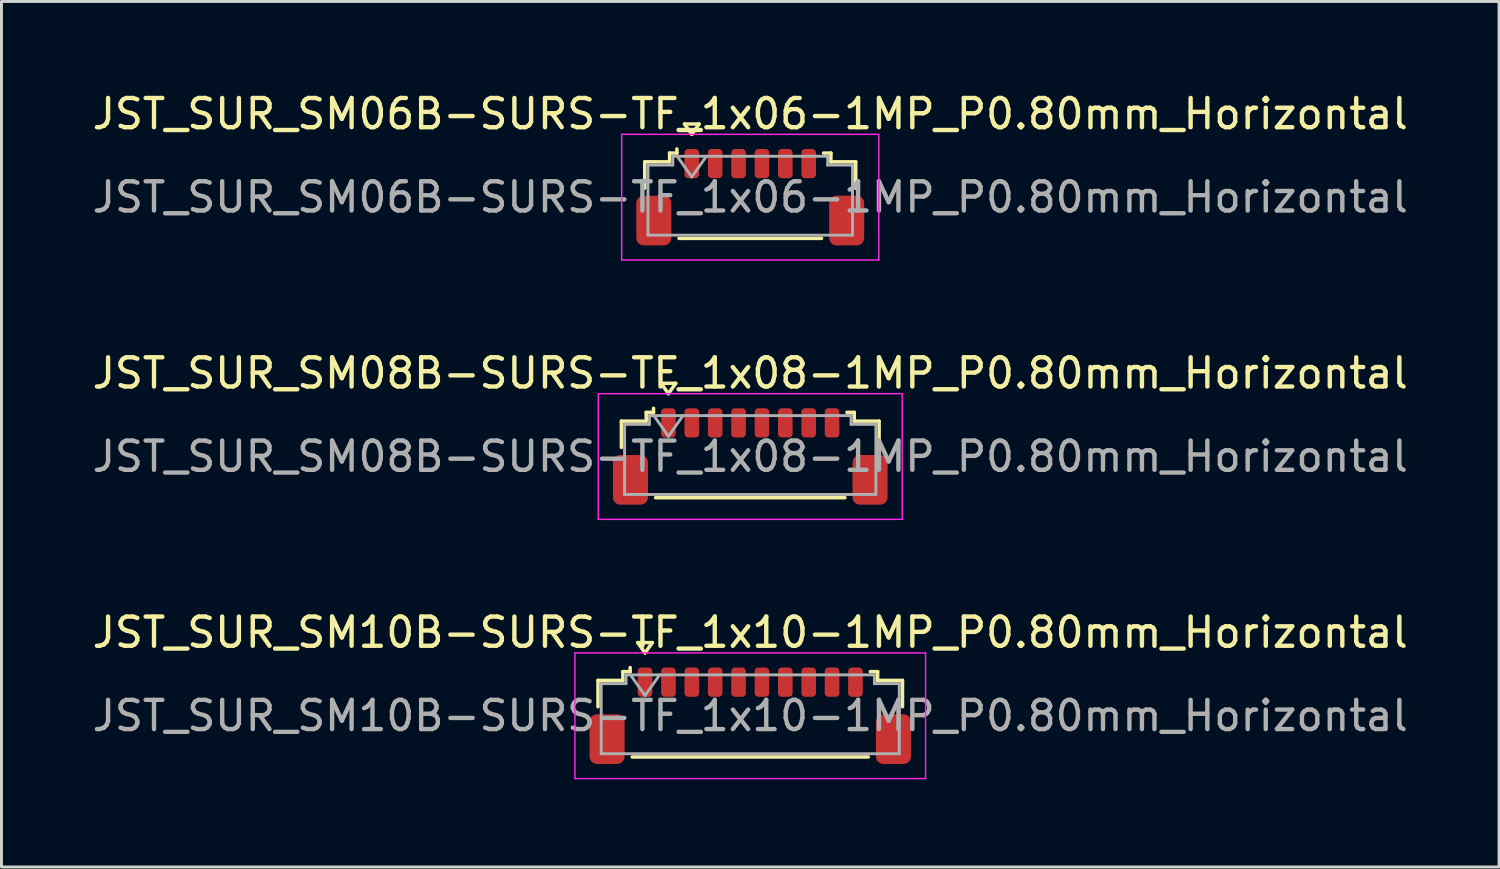
<source format=kicad_pcb>
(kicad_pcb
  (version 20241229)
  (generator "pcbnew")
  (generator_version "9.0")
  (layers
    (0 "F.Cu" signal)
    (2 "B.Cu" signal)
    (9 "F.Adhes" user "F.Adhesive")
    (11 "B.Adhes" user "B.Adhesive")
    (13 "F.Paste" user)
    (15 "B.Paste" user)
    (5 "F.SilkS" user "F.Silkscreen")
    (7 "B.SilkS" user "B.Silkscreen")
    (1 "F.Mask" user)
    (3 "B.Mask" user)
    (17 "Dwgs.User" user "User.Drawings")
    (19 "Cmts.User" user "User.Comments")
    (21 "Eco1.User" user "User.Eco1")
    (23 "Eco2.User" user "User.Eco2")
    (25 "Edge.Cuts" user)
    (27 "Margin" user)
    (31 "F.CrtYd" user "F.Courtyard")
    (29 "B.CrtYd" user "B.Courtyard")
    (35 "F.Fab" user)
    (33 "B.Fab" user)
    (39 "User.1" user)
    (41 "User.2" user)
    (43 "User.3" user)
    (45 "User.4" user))
  (footprint "JST_SUR_SM10B-SURS-TF_1x10-1MP_P0.80mm_Horizontal"
    (layer "F.Cu")
    (at 22.625 21.445)
    (property "Reference" "JST_SUR_SM10B-SURS-TF_1x10-1MP_P0.80mm_Horizontal" (at 0 -2.85 0) (layer "F.SilkS") (effects (font (size 1 1) (thickness 0.15))))
    (attr smd)
    (fp_line (start -5.21 -1.21) (end -4.36 -1.21) (stroke (width 0.12) (type solid)) (layer "F.SilkS"))
    (fp_line (start -5.21 -0.31) (end -5.21 -1.21) (stroke (width 0.12) (type solid)) (layer "F.SilkS"))
    (fp_line (start -4.36 -1.51) (end -4.11 -1.51) (stroke (width 0.12) (type solid)) (layer "F.SilkS"))
    (fp_line (start -4.36 -1.21) (end -4.36 -1.51) (stroke (width 0.12) (type solid)) (layer "F.SilkS"))
    (fp_line (start -4.11 -1.51) (end -4.11 -1.65) (stroke (width 0.12) (type solid)) (layer "F.SilkS"))
    (fp_line (start -4.04 1.41) (end 4.04 1.41) (stroke (width 0.12) (type solid)) (layer "F.SilkS"))
    (fp_line (start -3.85 -2.504) (end -3.6 -2.15) (stroke (width 0.12) (type solid)) (layer "F.SilkS"))
    (fp_line (start -3.6 -2.15) (end -3.35 -2.504) (stroke (width 0.12) (type solid)) (layer "F.SilkS"))
    (fp_line (start -3.35 -2.504) (end -3.85 -2.504) (stroke (width 0.12) (type solid)) (layer "F.SilkS"))
    (fp_line (start 4.36 -1.51) (end 4.11 -1.51) (stroke (width 0.12) (type solid)) (layer "F.SilkS"))
    (fp_line (start 4.36 -1.21) (end 4.36 -1.51) (stroke (width 0.12) (type solid)) (layer "F.SilkS"))
    (fp_line (start 5.21 -1.21) (end 4.36 -1.21) (stroke (width 0.12) (type solid)) (layer "F.SilkS"))
    (fp_line (start 5.21 -0.31) (end 5.21 -1.21) (stroke (width 0.12) (type solid)) (layer "F.SilkS"))
    (fp_line (start -6 -2.15) (end -6 2.15) (stroke (width 0.05) (type solid)) (layer "F.CrtYd"))
    (fp_line (start -6 2.15) (end 6 2.15) (stroke (width 0.05) (type solid)) (layer "F.CrtYd"))
    (fp_line (start 6 -2.15) (end -6 -2.15) (stroke (width 0.05) (type solid)) (layer "F.CrtYd"))
    (fp_line (start 6 2.15) (end 6 -2.15) (stroke (width 0.05) (type solid)) (layer "F.CrtYd"))
    (fp_line (start -5.1 -1.1) (end -5.1 1.3) (stroke (width 0.1) (type solid)) (layer "F.Fab"))
    (fp_line (start -5.1 -1.1) (end -4.25 -1.1) (stroke (width 0.1) (type solid)) (layer "F.Fab"))
    (fp_line (start -5.1 1.3) (end 5.1 1.3) (stroke (width 0.1) (type solid)) (layer "F.Fab"))
    (fp_line (start -4.25 -1.4) (end 4.25 -1.4) (stroke (width 0.1) (type solid)) (layer "F.Fab"))
    (fp_line (start -4.25 -1.1) (end -4.25 -1.4) (stroke (width 0.1) (type solid)) (layer "F.Fab"))
    (fp_line (start -4.1 -1.4) (end -3.6 -0.693) (stroke (width 0.1) (type solid)) (layer "F.Fab"))
    (fp_line (start -3.6 -0.693) (end -3.1 -1.4) (stroke (width 0.1) (type solid)) (layer "F.Fab"))
    (fp_line (start 4.25 -1.4) (end 4.25 -1.1) (stroke (width 0.1) (type solid)) (layer "F.Fab"))
    (fp_line (start 4.25 -1.1) (end 5.1 -1.1) (stroke (width 0.1) (type solid)) (layer "F.Fab"))
    (fp_line (start 5.1 -1.1) (end 5.1 1.3) (stroke (width 0.1) (type solid)) (layer "F.Fab"))
    (fp_text user "${REFERENCE}" (at 0 0 0) (layer "F.Fab") (effects (font (size 1 1) (thickness 0.15))))
    (pad "1" smd roundrect (at -3.6 -1.15) (size 0.5 1) (layers "F.Cu" "F.Mask" "F.Paste") (roundrect_rratio 0.25))
    (pad "2" smd roundrect (at -2.8 -1.15) (size 0.5 1) (layers "F.Cu" "F.Mask" "F.Paste") (roundrect_rratio 0.25))
    (pad "3" smd roundrect (at -2 -1.15) (size 0.5 1) (layers "F.Cu" "F.Mask" "F.Paste") (roundrect_rratio 0.25))
    (pad "4" smd roundrect (at -1.2 -1.15) (size 0.5 1) (layers "F.Cu" "F.Mask" "F.Paste") (roundrect_rratio 0.25))
    (pad "5" smd roundrect (at -0.4 -1.15) (size 0.5 1) (layers "F.Cu" "F.Mask" "F.Paste") (roundrect_rratio 0.25))
    (pad "6" smd roundrect (at 0.4 -1.15) (size 0.5 1) (layers "F.Cu" "F.Mask" "F.Paste") (roundrect_rratio 0.25))
    (pad "7" smd roundrect (at 1.2 -1.15) (size 0.5 1) (layers "F.Cu" "F.Mask" "F.Paste") (roundrect_rratio 0.25))
    (pad "8" smd roundrect (at 2 -1.15) (size 0.5 1) (layers "F.Cu" "F.Mask" "F.Paste") (roundrect_rratio 0.25))
    (pad "9" smd roundrect (at 2.8 -1.15) (size 0.5 1) (layers "F.Cu" "F.Mask" "F.Paste") (roundrect_rratio 0.25))
    (pad "10" smd roundrect (at 3.6 -1.15) (size 0.5 1) (layers "F.Cu" "F.Mask" "F.Paste") (roundrect_rratio 0.25))
    (pad "MP" smd roundrect (at -4.9 0.8) (size 1.2 1.7) (layers "F.Cu" "F.Mask" "F.Paste") (roundrect_rratio 0.208))
    (pad "MP" smd roundrect (at 4.9 0.8) (size 1.2 1.7) (layers "F.Cu" "F.Mask" "F.Paste") (roundrect_rratio 0.208)))
  (footprint "JST_SUR_SM08B-SURS-TF_1x08-1MP_P0.80mm_Horizontal"
    (layer "F.Cu")
    (at 22.625 12.572)
    (property "Reference" "JST_SUR_SM08B-SURS-TF_1x08-1MP_P0.80mm_Horizontal" (at 0 -2.85 0) (layer "F.SilkS") (effects (font (size 1 1) (thickness 0.15))))
    (attr smd)
    (fp_line (start -4.41 -1.21) (end -3.56 -1.21) (stroke (width 0.12) (type solid)) (layer "F.SilkS"))
    (fp_line (start -4.41 -0.31) (end -4.41 -1.21) (stroke (width 0.12) (type solid)) (layer "F.SilkS"))
    (fp_line (start -3.56 -1.51) (end -3.31 -1.51) (stroke (width 0.12) (type solid)) (layer "F.SilkS"))
    (fp_line (start -3.56 -1.21) (end -3.56 -1.51) (stroke (width 0.12) (type solid)) (layer "F.SilkS"))
    (fp_line (start -3.31 -1.51) (end -3.31 -1.65) (stroke (width 0.12) (type solid)) (layer "F.SilkS"))
    (fp_line (start -3.24 1.41) (end 3.24 1.41) (stroke (width 0.12) (type solid)) (layer "F.SilkS"))
    (fp_line (start -3.05 -2.504) (end -2.8 -2.15) (stroke (width 0.12) (type solid)) (layer "F.SilkS"))
    (fp_line (start -2.8 -2.15) (end -2.55 -2.504) (stroke (width 0.12) (type solid)) (layer "F.SilkS"))
    (fp_line (start -2.55 -2.504) (end -3.05 -2.504) (stroke (width 0.12) (type solid)) (layer "F.SilkS"))
    (fp_line (start 3.56 -1.51) (end 3.31 -1.51) (stroke (width 0.12) (type solid)) (layer "F.SilkS"))
    (fp_line (start 3.56 -1.21) (end 3.56 -1.51) (stroke (width 0.12) (type solid)) (layer "F.SilkS"))
    (fp_line (start 4.41 -1.21) (end 3.56 -1.21) (stroke (width 0.12) (type solid)) (layer "F.SilkS"))
    (fp_line (start 4.41 -0.31) (end 4.41 -1.21) (stroke (width 0.12) (type solid)) (layer "F.SilkS"))
    (fp_line (start -5.2 -2.15) (end -5.2 2.15) (stroke (width 0.05) (type solid)) (layer "F.CrtYd"))
    (fp_line (start -5.2 2.15) (end 5.2 2.15) (stroke (width 0.05) (type solid)) (layer "F.CrtYd"))
    (fp_line (start 5.2 -2.15) (end -5.2 -2.15) (stroke (width 0.05) (type solid)) (layer "F.CrtYd"))
    (fp_line (start 5.2 2.15) (end 5.2 -2.15) (stroke (width 0.05) (type solid)) (layer "F.CrtYd"))
    (fp_line (start -4.3 -1.1) (end -4.3 1.3) (stroke (width 0.1) (type solid)) (layer "F.Fab"))
    (fp_line (start -4.3 -1.1) (end -3.45 -1.1) (stroke (width 0.1) (type solid)) (layer "F.Fab"))
    (fp_line (start -4.3 1.3) (end 4.3 1.3) (stroke (width 0.1) (type solid)) (layer "F.Fab"))
    (fp_line (start -3.45 -1.4) (end 3.45 -1.4) (stroke (width 0.1) (type solid)) (layer "F.Fab"))
    (fp_line (start -3.45 -1.1) (end -3.45 -1.4) (stroke (width 0.1) (type solid)) (layer "F.Fab"))
    (fp_line (start -3.3 -1.4) (end -2.8 -0.693) (stroke (width 0.1) (type solid)) (layer "F.Fab"))
    (fp_line (start -2.8 -0.693) (end -2.3 -1.4) (stroke (width 0.1) (type solid)) (layer "F.Fab"))
    (fp_line (start 3.45 -1.4) (end 3.45 -1.1) (stroke (width 0.1) (type solid)) (layer "F.Fab"))
    (fp_line (start 3.45 -1.1) (end 4.3 -1.1) (stroke (width 0.1) (type solid)) (layer "F.Fab"))
    (fp_line (start 4.3 -1.1) (end 4.3 1.3) (stroke (width 0.1) (type solid)) (layer "F.Fab"))
    (fp_text user "${REFERENCE}" (at 0 0 0) (layer "F.Fab") (effects (font (size 1 1) (thickness 0.15))))
    (pad "1" smd roundrect (at -2.8 -1.15) (size 0.5 1) (layers "F.Cu" "F.Mask" "F.Paste") (roundrect_rratio 0.25))
    (pad "2" smd roundrect (at -2 -1.15) (size 0.5 1) (layers "F.Cu" "F.Mask" "F.Paste") (roundrect_rratio 0.25))
    (pad "3" smd roundrect (at -1.2 -1.15) (size 0.5 1) (layers "F.Cu" "F.Mask" "F.Paste") (roundrect_rratio 0.25))
    (pad "4" smd roundrect (at -0.4 -1.15) (size 0.5 1) (layers "F.Cu" "F.Mask" "F.Paste") (roundrect_rratio 0.25))
    (pad "5" smd roundrect (at 0.4 -1.15) (size 0.5 1) (layers "F.Cu" "F.Mask" "F.Paste") (roundrect_rratio 0.25))
    (pad "6" smd roundrect (at 1.2 -1.15) (size 0.5 1) (layers "F.Cu" "F.Mask" "F.Paste") (roundrect_rratio 0.25))
    (pad "7" smd roundrect (at 2 -1.15) (size 0.5 1) (layers "F.Cu" "F.Mask" "F.Paste") (roundrect_rratio 0.25))
    (pad "8" smd roundrect (at 2.8 -1.15) (size 0.5 1) (layers "F.Cu" "F.Mask" "F.Paste") (roundrect_rratio 0.25))
    (pad "MP" smd roundrect (at -4.1 0.8) (size 1.2 1.7) (layers "F.Cu" "F.Mask" "F.Paste") (roundrect_rratio 0.208))
    (pad "MP" smd roundrect (at 4.1 0.8) (size 1.2 1.7) (layers "F.Cu" "F.Mask" "F.Paste") (roundrect_rratio 0.208)))
  (footprint "JST_SUR_SM06B-SURS-TF_1x06-1MP_P0.80mm_Horizontal"
    (layer "F.Cu")
    (at 22.625 3.698)
    (property "Reference" "JST_SUR_SM06B-SURS-TF_1x06-1MP_P0.80mm_Horizontal" (at 0 -2.85 0) (layer "F.SilkS") (effects (font (size 1 1) (thickness 0.15))))
    (attr smd)
    (fp_line (start -3.61 -1.21) (end -2.76 -1.21) (stroke (width 0.12) (type solid)) (layer "F.SilkS"))
    (fp_line (start -3.61 -0.31) (end -3.61 -1.21) (stroke (width 0.12) (type solid)) (layer "F.SilkS"))
    (fp_line (start -2.76 -1.51) (end -2.51 -1.51) (stroke (width 0.12) (type solid)) (layer "F.SilkS"))
    (fp_line (start -2.76 -1.21) (end -2.76 -1.51) (stroke (width 0.12) (type solid)) (layer "F.SilkS"))
    (fp_line (start -2.51 -1.51) (end -2.51 -1.65) (stroke (width 0.12) (type solid)) (layer "F.SilkS"))
    (fp_line (start -2.44 1.41) (end 2.44 1.41) (stroke (width 0.12) (type solid)) (layer "F.SilkS"))
    (fp_line (start -2.25 -2.504) (end -2 -2.15) (stroke (width 0.12) (type solid)) (layer "F.SilkS"))
    (fp_line (start -2 -2.15) (end -1.75 -2.504) (stroke (width 0.12) (type solid)) (layer "F.SilkS"))
    (fp_line (start -1.75 -2.504) (end -2.25 -2.504) (stroke (width 0.12) (type solid)) (layer "F.SilkS"))
    (fp_line (start 2.76 -1.51) (end 2.51 -1.51) (stroke (width 0.12) (type solid)) (layer "F.SilkS"))
    (fp_line (start 2.76 -1.21) (end 2.76 -1.51) (stroke (width 0.12) (type solid)) (layer "F.SilkS"))
    (fp_line (start 3.61 -1.21) (end 2.76 -1.21) (stroke (width 0.12) (type solid)) (layer "F.SilkS"))
    (fp_line (start 3.61 -0.31) (end 3.61 -1.21) (stroke (width 0.12) (type solid)) (layer "F.SilkS"))
    (fp_line (start -4.4 -2.15) (end -4.4 2.15) (stroke (width 0.05) (type solid)) (layer "F.CrtYd"))
    (fp_line (start -4.4 2.15) (end 4.4 2.15) (stroke (width 0.05) (type solid)) (layer "F.CrtYd"))
    (fp_line (start 4.4 -2.15) (end -4.4 -2.15) (stroke (width 0.05) (type solid)) (layer "F.CrtYd"))
    (fp_line (start 4.4 2.15) (end 4.4 -2.15) (stroke (width 0.05) (type solid)) (layer "F.CrtYd"))
    (fp_line (start -3.5 -1.1) (end -3.5 1.3) (stroke (width 0.1) (type solid)) (layer "F.Fab"))
    (fp_line (start -3.5 -1.1) (end -2.65 -1.1) (stroke (width 0.1) (type solid)) (layer "F.Fab"))
    (fp_line (start -3.5 1.3) (end 3.5 1.3) (stroke (width 0.1) (type solid)) (layer "F.Fab"))
    (fp_line (start -2.65 -1.4) (end 2.65 -1.4) (stroke (width 0.1) (type solid)) (layer "F.Fab"))
    (fp_line (start -2.65 -1.1) (end -2.65 -1.4) (stroke (width 0.1) (type solid)) (layer "F.Fab"))
    (fp_line (start -2.5 -1.4) (end -2 -0.693) (stroke (width 0.1) (type solid)) (layer "F.Fab"))
    (fp_line (start -2 -0.693) (end -1.5 -1.4) (stroke (width 0.1) (type solid)) (layer "F.Fab"))
    (fp_line (start 2.65 -1.4) (end 2.65 -1.1) (stroke (width 0.1) (type solid)) (layer "F.Fab"))
    (fp_line (start 2.65 -1.1) (end 3.5 -1.1) (stroke (width 0.1) (type solid)) (layer "F.Fab"))
    (fp_line (start 3.5 -1.1) (end 3.5 1.3) (stroke (width 0.1) (type solid)) (layer "F.Fab"))
    (fp_text user "${REFERENCE}" (at 0 0 0) (layer "F.Fab") (effects (font (size 1 1) (thickness 0.15))))
    (pad "1" smd roundrect (at -2 -1.15) (size 0.5 1) (layers "F.Cu" "F.Mask" "F.Paste") (roundrect_rratio 0.25))
    (pad "2" smd roundrect (at -1.2 -1.15) (size 0.5 1) (layers "F.Cu" "F.Mask" "F.Paste") (roundrect_rratio 0.25))
    (pad "3" smd roundrect (at -0.4 -1.15) (size 0.5 1) (layers "F.Cu" "F.Mask" "F.Paste") (roundrect_rratio 0.25))
    (pad "4" smd roundrect (at 0.4 -1.15) (size 0.5 1) (layers "F.Cu" "F.Mask" "F.Paste") (roundrect_rratio 0.25))
    (pad "5" smd roundrect (at 1.2 -1.15) (size 0.5 1) (layers "F.Cu" "F.Mask" "F.Paste") (roundrect_rratio 0.25))
    (pad "6" smd roundrect (at 2 -1.15) (size 0.5 1) (layers "F.Cu" "F.Mask" "F.Paste") (roundrect_rratio 0.25))
    (pad "MP" smd roundrect (at -3.3 0.8) (size 1.2 1.7) (layers "F.Cu" "F.Mask" "F.Paste") (roundrect_rratio 0.208))
    (pad "MP" smd roundrect (at 3.3 0.8) (size 1.2 1.7) (layers "F.Cu" "F.Mask" "F.Paste") (roundrect_rratio 0.208)))
  (gr_rect
    (start -3 -3)
    (end 48.25 26.62)
    (stroke (width 0.1) (type default))
    (fill no)
    (layer "Edge.Cuts")))
</source>
